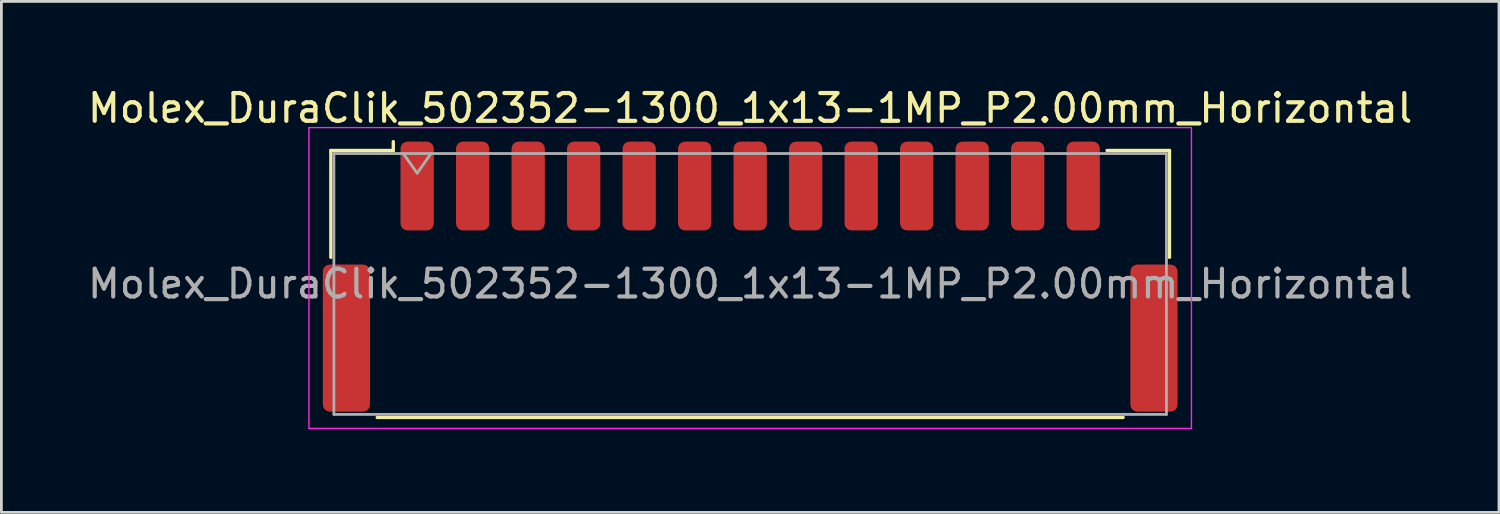
<source format=kicad_pcb>
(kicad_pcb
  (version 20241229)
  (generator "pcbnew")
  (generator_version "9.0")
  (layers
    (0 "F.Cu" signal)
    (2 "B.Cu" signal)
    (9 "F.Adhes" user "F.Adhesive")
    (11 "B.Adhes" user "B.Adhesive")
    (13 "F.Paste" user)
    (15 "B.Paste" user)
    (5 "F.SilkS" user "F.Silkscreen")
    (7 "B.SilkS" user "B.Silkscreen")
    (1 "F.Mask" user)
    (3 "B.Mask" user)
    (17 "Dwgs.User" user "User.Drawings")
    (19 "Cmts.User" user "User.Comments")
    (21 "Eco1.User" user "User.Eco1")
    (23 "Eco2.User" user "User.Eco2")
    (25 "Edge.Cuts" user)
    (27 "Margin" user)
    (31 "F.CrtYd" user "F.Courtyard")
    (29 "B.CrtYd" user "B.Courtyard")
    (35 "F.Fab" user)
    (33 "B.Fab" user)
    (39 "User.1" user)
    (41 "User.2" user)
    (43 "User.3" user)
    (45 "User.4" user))
  (footprint "Molex_DuraClik_502352-1300_1x13-1MP_P2.00mm_Horizontal"
    (layer "F.Cu")
    (at 23.982 6.918)
    (property "Reference" "Molex_DuraClik_502352-1300_1x13-1MP_P2.00mm_Horizontal" (at 0 -6.07 0) (layer "F.SilkS") (effects (font (size 1 1) (thickness 0.15))))
    (attr smd)
    (fp_line (start -15.11 -4.545) (end -12.86 -4.545) (stroke (width 0.12) (type solid)) (layer "F.SilkS"))
    (fp_line (start -15.11 -0.695) (end -15.11 -4.545) (stroke (width 0.12) (type solid)) (layer "F.SilkS"))
    (fp_line (start -13.44 5.075) (end 13.44 5.075) (stroke (width 0.12) (type solid)) (layer "F.SilkS"))
    (fp_line (start -12.86 -4.545) (end -12.86 -4.865) (stroke (width 0.12) (type solid)) (layer "F.SilkS"))
    (fp_line (start 15.11 -4.545) (end 12.86 -4.545) (stroke (width 0.12) (type solid)) (layer "F.SilkS"))
    (fp_line (start 15.11 -0.695) (end 15.11 -4.545) (stroke (width 0.12) (type solid)) (layer "F.SilkS"))
    (fp_line (start -15.9 -5.37) (end -15.9 5.47) (stroke (width 0.05) (type solid)) (layer "F.CrtYd"))
    (fp_line (start -15.9 5.47) (end 15.9 5.47) (stroke (width 0.05) (type solid)) (layer "F.CrtYd"))
    (fp_line (start 15.9 -5.37) (end -15.9 -5.37) (stroke (width 0.05) (type solid)) (layer "F.CrtYd"))
    (fp_line (start 15.9 5.47) (end 15.9 -5.37) (stroke (width 0.05) (type solid)) (layer "F.CrtYd"))
    (fp_line (start -15 -4.435) (end -15 4.965) (stroke (width 0.1) (type solid)) (layer "F.Fab"))
    (fp_line (start -15 -4.435) (end 15 -4.435) (stroke (width 0.1) (type solid)) (layer "F.Fab"))
    (fp_line (start -15 4.965) (end 15 4.965) (stroke (width 0.1) (type solid)) (layer "F.Fab"))
    (fp_line (start -12.5 -4.435) (end -12 -3.728) (stroke (width 0.1) (type solid)) (layer "F.Fab"))
    (fp_line (start -12 -3.728) (end -11.5 -4.435) (stroke (width 0.1) (type solid)) (layer "F.Fab"))
    (fp_line (start 15 -4.435) (end 15 4.965) (stroke (width 0.1) (type solid)) (layer "F.Fab"))
    (fp_text user "${REFERENCE}" (at 0 0.26 0) (layer "F.Fab") (effects (font (size 1 1) (thickness 0.15))))
    (pad "1" smd roundrect (at -12 -3.265) (size 1.2 3.2) (layers "F.Cu" "F.Mask" "F.Paste") (roundrect_rratio 0.208))
    (pad "2" smd roundrect (at -10 -3.265) (size 1.2 3.2) (layers "F.Cu" "F.Mask" "F.Paste") (roundrect_rratio 0.208))
    (pad "3" smd roundrect (at -8 -3.265) (size 1.2 3.2) (layers "F.Cu" "F.Mask" "F.Paste") (roundrect_rratio 0.208))
    (pad "4" smd roundrect (at -6 -3.265) (size 1.2 3.2) (layers "F.Cu" "F.Mask" "F.Paste") (roundrect_rratio 0.208))
    (pad "5" smd roundrect (at -4 -3.265) (size 1.2 3.2) (layers "F.Cu" "F.Mask" "F.Paste") (roundrect_rratio 0.208))
    (pad "6" smd roundrect (at -2 -3.265) (size 1.2 3.2) (layers "F.Cu" "F.Mask" "F.Paste") (roundrect_rratio 0.208))
    (pad "7" smd roundrect (at 0 -3.265) (size 1.2 3.2) (layers "F.Cu" "F.Mask" "F.Paste") (roundrect_rratio 0.208))
    (pad "8" smd roundrect (at 2 -3.265) (size 1.2 3.2) (layers "F.Cu" "F.Mask" "F.Paste") (roundrect_rratio 0.208))
    (pad "9" smd roundrect (at 4 -3.265) (size 1.2 3.2) (layers "F.Cu" "F.Mask" "F.Paste") (roundrect_rratio 0.208))
    (pad "10" smd roundrect (at 6 -3.265) (size 1.2 3.2) (layers "F.Cu" "F.Mask" "F.Paste") (roundrect_rratio 0.208))
    (pad "11" smd roundrect (at 8 -3.265) (size 1.2 3.2) (layers "F.Cu" "F.Mask" "F.Paste") (roundrect_rratio 0.208))
    (pad "12" smd roundrect (at 10 -3.265) (size 1.2 3.2) (layers "F.Cu" "F.Mask" "F.Paste") (roundrect_rratio 0.208))
    (pad "13" smd roundrect (at 12 -3.265) (size 1.2 3.2) (layers "F.Cu" "F.Mask" "F.Paste") (roundrect_rratio 0.208))
    (pad "MP" smd roundrect (at -14.55 2.215) (size 1.7 5.3) (layers "F.Cu" "F.Mask" "F.Paste") (roundrect_rratio 0.147))
    (pad "MP" smd roundrect (at 14.55 2.215) (size 1.7 5.3) (layers "F.Cu" "F.Mask" "F.Paste") (roundrect_rratio 0.147)))
  (gr_rect
    (start -3 -3)
    (end 50.964 15.413)
    (stroke (width 0.1) (type default))
    (fill no)
    (layer "Edge.Cuts")))
</source>
